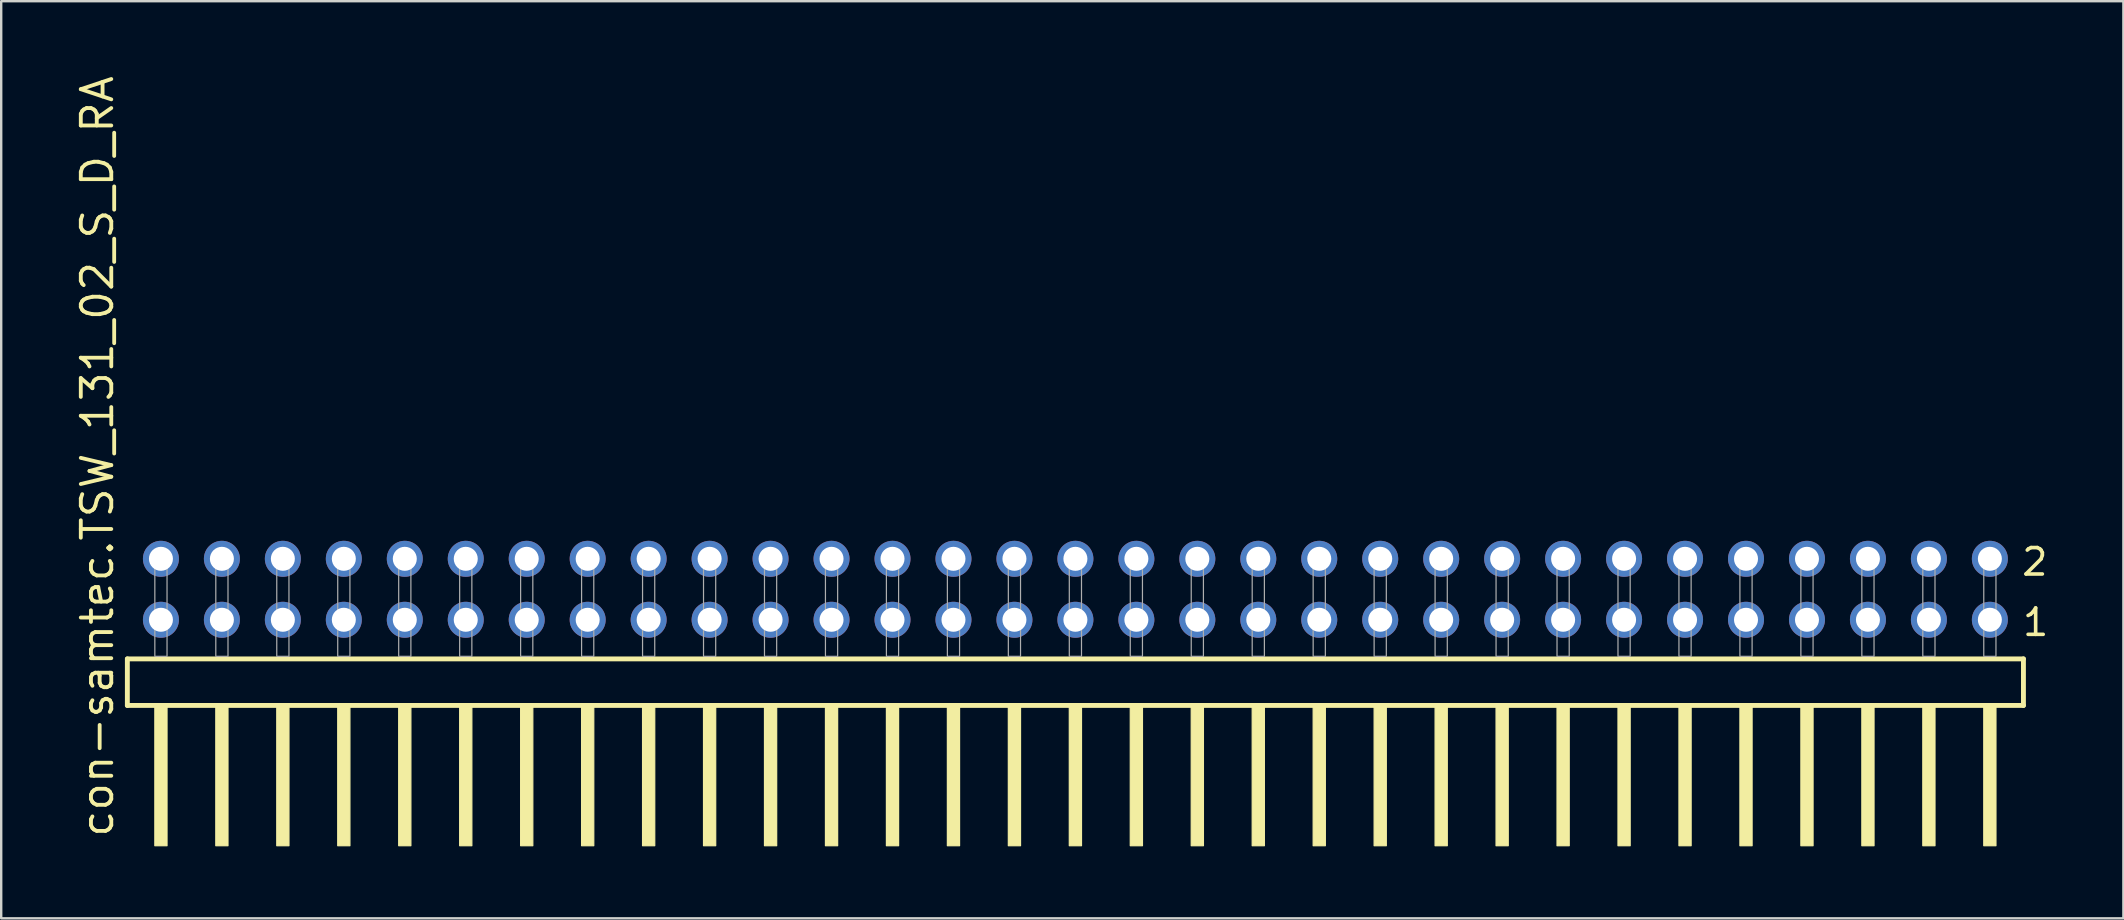
<source format=kicad_pcb>
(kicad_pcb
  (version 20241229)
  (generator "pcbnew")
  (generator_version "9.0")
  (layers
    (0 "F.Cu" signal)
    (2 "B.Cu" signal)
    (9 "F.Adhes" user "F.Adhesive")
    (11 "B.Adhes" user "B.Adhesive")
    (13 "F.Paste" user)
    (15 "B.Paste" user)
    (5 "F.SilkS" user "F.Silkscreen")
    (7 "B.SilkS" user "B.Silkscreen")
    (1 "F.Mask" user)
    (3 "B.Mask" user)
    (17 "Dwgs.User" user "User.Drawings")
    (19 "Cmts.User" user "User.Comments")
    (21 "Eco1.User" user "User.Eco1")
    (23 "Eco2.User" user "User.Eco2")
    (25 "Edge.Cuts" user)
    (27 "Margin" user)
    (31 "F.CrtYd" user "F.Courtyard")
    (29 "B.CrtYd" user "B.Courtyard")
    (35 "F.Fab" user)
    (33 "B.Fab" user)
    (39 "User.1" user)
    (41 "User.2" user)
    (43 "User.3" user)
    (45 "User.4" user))
  (footprint "con-samtec.TSW_131_02_S_D_RA"
    (layer "F.Cu")
    (at 41.755 24.296)
    (property "Reference" "con-samtec.TSW_131_02_S_D_RA" (at -40.005 7.62 90) (layer "F.SilkS") (effects (font (size 1.27 1.27) (thickness 0.16)) (justify left bottom)))
    (attr through_hole)
    (fp_line (start -39.499 0.106) (end -39.499 2.046) (stroke (width 0.203) (type default)) (layer "F.SilkS"))
    (fp_line (start -39.499 2.046) (end 39.499 2.046) (stroke (width 0.203) (type default)) (layer "F.SilkS"))
    (fp_line (start 39.499 0.106) (end -39.499 0.106) (stroke (width 0.203) (type default)) (layer "F.SilkS"))
    (fp_line (start 39.499 2.046) (end 39.499 0.106) (stroke (width 0.203) (type default)) (layer "F.SilkS"))
    (fp_rect (start -38.354 7.89) (end -37.846 2.04) (stroke (width 0.05) (type default)) (fill yes) (layer "F.SilkS"))
    (fp_rect (start -35.814 7.89) (end -35.306 2.04) (stroke (width 0.05) (type default)) (fill yes) (layer "F.SilkS"))
    (fp_rect (start -33.274 7.89) (end -32.766 2.04) (stroke (width 0.05) (type default)) (fill yes) (layer "F.SilkS"))
    (fp_rect (start -30.734 7.89) (end -30.226 2.04) (stroke (width 0.05) (type default)) (fill yes) (layer "F.SilkS"))
    (fp_rect (start -28.194 7.89) (end -27.686 2.04) (stroke (width 0.05) (type default)) (fill yes) (layer "F.SilkS"))
    (fp_rect (start -25.654 7.89) (end -25.146 2.04) (stroke (width 0.05) (type default)) (fill yes) (layer "F.SilkS"))
    (fp_rect (start -23.114 7.89) (end -22.606 2.04) (stroke (width 0.05) (type default)) (fill yes) (layer "F.SilkS"))
    (fp_rect (start -20.574 7.89) (end -20.066 2.04) (stroke (width 0.05) (type default)) (fill yes) (layer "F.SilkS"))
    (fp_rect (start -18.034 7.89) (end -17.526 2.04) (stroke (width 0.05) (type default)) (fill yes) (layer "F.SilkS"))
    (fp_rect (start -15.494 7.89) (end -14.986 2.04) (stroke (width 0.05) (type default)) (fill yes) (layer "F.SilkS"))
    (fp_rect (start -12.954 7.89) (end -12.446 2.04) (stroke (width 0.05) (type default)) (fill yes) (layer "F.SilkS"))
    (fp_rect (start -10.414 7.89) (end -9.906 2.04) (stroke (width 0.05) (type default)) (fill yes) (layer "F.SilkS"))
    (fp_rect (start -7.874 7.89) (end -7.366 2.04) (stroke (width 0.05) (type default)) (fill yes) (layer "F.SilkS"))
    (fp_rect (start -5.334 7.89) (end -4.826 2.04) (stroke (width 0.05) (type default)) (fill yes) (layer "F.SilkS"))
    (fp_rect (start -2.794 7.89) (end -2.286 2.04) (stroke (width 0.05) (type default)) (fill yes) (layer "F.SilkS"))
    (fp_rect (start -0.254 7.89) (end 0.254 2.04) (stroke (width 0.05) (type default)) (fill yes) (layer "F.SilkS"))
    (fp_rect (start 2.286 7.89) (end 2.794 2.04) (stroke (width 0.05) (type default)) (fill yes) (layer "F.SilkS"))
    (fp_rect (start 4.826 7.89) (end 5.334 2.04) (stroke (width 0.05) (type default)) (fill yes) (layer "F.SilkS"))
    (fp_rect (start 7.366 7.89) (end 7.874 2.04) (stroke (width 0.05) (type default)) (fill yes) (layer "F.SilkS"))
    (fp_rect (start 9.906 7.89) (end 10.414 2.04) (stroke (width 0.05) (type default)) (fill yes) (layer "F.SilkS"))
    (fp_rect (start 12.446 7.89) (end 12.954 2.04) (stroke (width 0.05) (type default)) (fill yes) (layer "F.SilkS"))
    (fp_rect (start 14.986 7.89) (end 15.494 2.04) (stroke (width 0.05) (type default)) (fill yes) (layer "F.SilkS"))
    (fp_rect (start 17.526 7.89) (end 18.034 2.04) (stroke (width 0.05) (type default)) (fill yes) (layer "F.SilkS"))
    (fp_rect (start 20.066 7.89) (end 20.574 2.04) (stroke (width 0.05) (type default)) (fill yes) (layer "F.SilkS"))
    (fp_rect (start 22.606 7.89) (end 23.114 2.04) (stroke (width 0.05) (type default)) (fill yes) (layer "F.SilkS"))
    (fp_rect (start 25.146 7.89) (end 25.654 2.04) (stroke (width 0.05) (type default)) (fill yes) (layer "F.SilkS"))
    (fp_rect (start 27.686 7.89) (end 28.194 2.04) (stroke (width 0.05) (type default)) (fill yes) (layer "F.SilkS"))
    (fp_rect (start 30.226 7.89) (end 30.734 2.04) (stroke (width 0.05) (type default)) (fill yes) (layer "F.SilkS"))
    (fp_rect (start 32.766 7.89) (end 33.274 2.04) (stroke (width 0.05) (type default)) (fill yes) (layer "F.SilkS"))
    (fp_rect (start 35.306 7.89) (end 35.814 2.04) (stroke (width 0.05) (type default)) (fill yes) (layer "F.SilkS"))
    (fp_rect (start 37.846 7.89) (end 38.354 2.04) (stroke (width 0.05) (type default)) (fill yes) (layer "F.SilkS"))
    (fp_rect (start -38.354 0) (end -37.846 -4.318) (stroke (width 0.05) (type default)) (fill no) (layer "F.Fab"))
    (fp_rect (start -35.814 0) (end -35.306 -4.318) (stroke (width 0.05) (type default)) (fill no) (layer "F.Fab"))
    (fp_rect (start -33.274 0) (end -32.766 -4.318) (stroke (width 0.05) (type default)) (fill no) (layer "F.Fab"))
    (fp_rect (start -30.734 0) (end -30.226 -4.318) (stroke (width 0.05) (type default)) (fill no) (layer "F.Fab"))
    (fp_rect (start -28.194 0) (end -27.686 -4.318) (stroke (width 0.05) (type default)) (fill no) (layer "F.Fab"))
    (fp_rect (start -25.654 0) (end -25.146 -4.318) (stroke (width 0.05) (type default)) (fill no) (layer "F.Fab"))
    (fp_rect (start -23.114 0) (end -22.606 -4.318) (stroke (width 0.05) (type default)) (fill no) (layer "F.Fab"))
    (fp_rect (start -20.574 0) (end -20.066 -4.318) (stroke (width 0.05) (type default)) (fill no) (layer "F.Fab"))
    (fp_rect (start -18.034 0) (end -17.526 -4.318) (stroke (width 0.05) (type default)) (fill no) (layer "F.Fab"))
    (fp_rect (start -15.494 0) (end -14.986 -4.318) (stroke (width 0.05) (type default)) (fill no) (layer "F.Fab"))
    (fp_rect (start -12.954 0) (end -12.446 -4.318) (stroke (width 0.05) (type default)) (fill no) (layer "F.Fab"))
    (fp_rect (start -10.414 0) (end -9.906 -4.318) (stroke (width 0.05) (type default)) (fill no) (layer "F.Fab"))
    (fp_rect (start -7.874 0) (end -7.366 -4.318) (stroke (width 0.05) (type default)) (fill no) (layer "F.Fab"))
    (fp_rect (start -5.334 0) (end -4.826 -4.318) (stroke (width 0.05) (type default)) (fill no) (layer "F.Fab"))
    (fp_rect (start -2.794 0) (end -2.286 -4.318) (stroke (width 0.05) (type default)) (fill no) (layer "F.Fab"))
    (fp_rect (start -0.254 0) (end 0.254 -4.318) (stroke (width 0.05) (type default)) (fill no) (layer "F.Fab"))
    (fp_rect (start 2.286 0) (end 2.794 -4.318) (stroke (width 0.05) (type default)) (fill no) (layer "F.Fab"))
    (fp_rect (start 4.826 0) (end 5.334 -4.318) (stroke (width 0.05) (type default)) (fill no) (layer "F.Fab"))
    (fp_rect (start 7.366 0) (end 7.874 -4.318) (stroke (width 0.05) (type default)) (fill no) (layer "F.Fab"))
    (fp_rect (start 9.906 0) (end 10.414 -4.318) (stroke (width 0.05) (type default)) (fill no) (layer "F.Fab"))
    (fp_rect (start 12.446 0) (end 12.954 -4.318) (stroke (width 0.05) (type default)) (fill no) (layer "F.Fab"))
    (fp_rect (start 14.986 0) (end 15.494 -4.318) (stroke (width 0.05) (type default)) (fill no) (layer "F.Fab"))
    (fp_rect (start 17.526 0) (end 18.034 -4.318) (stroke (width 0.05) (type default)) (fill no) (layer "F.Fab"))
    (fp_rect (start 20.066 0) (end 20.574 -4.318) (stroke (width 0.05) (type default)) (fill no) (layer "F.Fab"))
    (fp_rect (start 22.606 0) (end 23.114 -4.318) (stroke (width 0.05) (type default)) (fill no) (layer "F.Fab"))
    (fp_rect (start 25.146 0) (end 25.654 -4.318) (stroke (width 0.05) (type default)) (fill no) (layer "F.Fab"))
    (fp_rect (start 27.686 0) (end 28.194 -4.318) (stroke (width 0.05) (type default)) (fill no) (layer "F.Fab"))
    (fp_rect (start 30.226 0) (end 30.734 -4.318) (stroke (width 0.05) (type default)) (fill no) (layer "F.Fab"))
    (fp_rect (start 32.766 0) (end 33.274 -4.318) (stroke (width 0.05) (type default)) (fill no) (layer "F.Fab"))
    (fp_rect (start 35.306 0) (end 35.814 -4.318) (stroke (width 0.05) (type default)) (fill no) (layer "F.Fab"))
    (fp_rect (start 37.846 0) (end 38.354 -4.318) (stroke (width 0.05) (type default)) (fill no) (layer "F.Fab"))
    (fp_text user "2" (at 39.35 -3.29 0) (layer "F.SilkS") (effects (font (size 1.1 1.1) (thickness 0.15)) (justify left bottom)))
    (fp_text user "1" (at 39.385 -0.775 0) (layer "F.SilkS") (effects (font (size 1.1 1.1) (thickness 0.15)) (justify left bottom)))
    (pad "1" thru_hole circle (at 38.1 -1.524 180) (size 1.5 1.5) (drill 1) (layers "*.Cu" "*.Mask"))
    (pad "2" thru_hole circle (at 38.1 -4.064 180) (size 1.5 1.5) (drill 1) (layers "*.Cu" "*.Mask"))
    (pad "3" thru_hole circle (at 35.56 -1.524 180) (size 1.5 1.5) (drill 1) (layers "*.Cu" "*.Mask"))
    (pad "4" thru_hole circle (at 35.56 -4.064 180) (size 1.5 1.5) (drill 1) (layers "*.Cu" "*.Mask"))
    (pad "5" thru_hole circle (at 33.02 -1.524 180) (size 1.5 1.5) (drill 1) (layers "*.Cu" "*.Mask"))
    (pad "6" thru_hole circle (at 33.02 -4.064 180) (size 1.5 1.5) (drill 1) (layers "*.Cu" "*.Mask"))
    (pad "7" thru_hole circle (at 30.48 -1.524 180) (size 1.5 1.5) (drill 1) (layers "*.Cu" "*.Mask"))
    (pad "8" thru_hole circle (at 30.48 -4.064 180) (size 1.5 1.5) (drill 1) (layers "*.Cu" "*.Mask"))
    (pad "9" thru_hole circle (at 27.94 -1.524 180) (size 1.5 1.5) (drill 1) (layers "*.Cu" "*.Mask"))
    (pad "10" thru_hole circle (at 27.94 -4.064 180) (size 1.5 1.5) (drill 1) (layers "*.Cu" "*.Mask"))
    (pad "11" thru_hole circle (at 25.4 -1.524 180) (size 1.5 1.5) (drill 1) (layers "*.Cu" "*.Mask"))
    (pad "12" thru_hole circle (at 25.4 -4.064 180) (size 1.5 1.5) (drill 1) (layers "*.Cu" "*.Mask"))
    (pad "13" thru_hole circle (at 22.86 -1.524 180) (size 1.5 1.5) (drill 1) (layers "*.Cu" "*.Mask"))
    (pad "14" thru_hole circle (at 22.86 -4.064 180) (size 1.5 1.5) (drill 1) (layers "*.Cu" "*.Mask"))
    (pad "15" thru_hole circle (at 20.32 -1.524 180) (size 1.5 1.5) (drill 1) (layers "*.Cu" "*.Mask"))
    (pad "16" thru_hole circle (at 20.32 -4.064 180) (size 1.5 1.5) (drill 1) (layers "*.Cu" "*.Mask"))
    (pad "17" thru_hole circle (at 17.78 -1.524 180) (size 1.5 1.5) (drill 1) (layers "*.Cu" "*.Mask"))
    (pad "18" thru_hole circle (at 17.78 -4.064 180) (size 1.5 1.5) (drill 1) (layers "*.Cu" "*.Mask"))
    (pad "19" thru_hole circle (at 15.24 -1.524 180) (size 1.5 1.5) (drill 1) (layers "*.Cu" "*.Mask"))
    (pad "20" thru_hole circle (at 15.24 -4.064 180) (size 1.5 1.5) (drill 1) (layers "*.Cu" "*.Mask"))
    (pad "21" thru_hole circle (at 12.7 -1.524 180) (size 1.5 1.5) (drill 1) (layers "*.Cu" "*.Mask"))
    (pad "22" thru_hole circle (at 12.7 -4.064 180) (size 1.5 1.5) (drill 1) (layers "*.Cu" "*.Mask"))
    (pad "23" thru_hole circle (at 10.16 -1.524 180) (size 1.5 1.5) (drill 1) (layers "*.Cu" "*.Mask"))
    (pad "24" thru_hole circle (at 10.16 -4.064 180) (size 1.5 1.5) (drill 1) (layers "*.Cu" "*.Mask"))
    (pad "25" thru_hole circle (at 7.62 -1.524 180) (size 1.5 1.5) (drill 1) (layers "*.Cu" "*.Mask"))
    (pad "26" thru_hole circle (at 7.62 -4.064 180) (size 1.5 1.5) (drill 1) (layers "*.Cu" "*.Mask"))
    (pad "27" thru_hole circle (at 5.08 -1.524 180) (size 1.5 1.5) (drill 1) (layers "*.Cu" "*.Mask"))
    (pad "28" thru_hole circle (at 5.08 -4.064 180) (size 1.5 1.5) (drill 1) (layers "*.Cu" "*.Mask"))
    (pad "29" thru_hole circle (at 2.54 -1.524 180) (size 1.5 1.5) (drill 1) (layers "*.Cu" "*.Mask"))
    (pad "30" thru_hole circle (at 2.54 -4.064 180) (size 1.5 1.5) (drill 1) (layers "*.Cu" "*.Mask"))
    (pad "31" thru_hole circle (at 0 -1.524 180) (size 1.5 1.5) (drill 1) (layers "*.Cu" "*.Mask"))
    (pad "32" thru_hole circle (at 0 -4.064 180) (size 1.5 1.5) (drill 1) (layers "*.Cu" "*.Mask"))
    (pad "33" thru_hole circle (at -2.54 -1.524 180) (size 1.5 1.5) (drill 1) (layers "*.Cu" "*.Mask"))
    (pad "34" thru_hole circle (at -2.54 -4.064 180) (size 1.5 1.5) (drill 1) (layers "*.Cu" "*.Mask"))
    (pad "35" thru_hole circle (at -5.08 -1.524 180) (size 1.5 1.5) (drill 1) (layers "*.Cu" "*.Mask"))
    (pad "36" thru_hole circle (at -5.08 -4.064 180) (size 1.5 1.5) (drill 1) (layers "*.Cu" "*.Mask"))
    (pad "37" thru_hole circle (at -7.62 -1.524 180) (size 1.5 1.5) (drill 1) (layers "*.Cu" "*.Mask"))
    (pad "38" thru_hole circle (at -7.62 -4.064 180) (size 1.5 1.5) (drill 1) (layers "*.Cu" "*.Mask"))
    (pad "39" thru_hole circle (at -10.16 -1.524 180) (size 1.5 1.5) (drill 1) (layers "*.Cu" "*.Mask"))
    (pad "40" thru_hole circle (at -10.16 -4.064 180) (size 1.5 1.5) (drill 1) (layers "*.Cu" "*.Mask"))
    (pad "41" thru_hole circle (at -12.7 -1.524 180) (size 1.5 1.5) (drill 1) (layers "*.Cu" "*.Mask"))
    (pad "42" thru_hole circle (at -12.7 -4.064 180) (size 1.5 1.5) (drill 1) (layers "*.Cu" "*.Mask"))
    (pad "43" thru_hole circle (at -15.24 -1.524 180) (size 1.5 1.5) (drill 1) (layers "*.Cu" "*.Mask"))
    (pad "44" thru_hole circle (at -15.24 -4.064 180) (size 1.5 1.5) (drill 1) (layers "*.Cu" "*.Mask"))
    (pad "45" thru_hole circle (at -17.78 -1.524 180) (size 1.5 1.5) (drill 1) (layers "*.Cu" "*.Mask"))
    (pad "46" thru_hole circle (at -17.78 -4.064 180) (size 1.5 1.5) (drill 1) (layers "*.Cu" "*.Mask"))
    (pad "47" thru_hole circle (at -20.32 -1.524 180) (size 1.5 1.5) (drill 1) (layers "*.Cu" "*.Mask"))
    (pad "48" thru_hole circle (at -20.32 -4.064 180) (size 1.5 1.5) (drill 1) (layers "*.Cu" "*.Mask"))
    (pad "49" thru_hole circle (at -22.86 -1.524 180) (size 1.5 1.5) (drill 1) (layers "*.Cu" "*.Mask"))
    (pad "50" thru_hole circle (at -22.86 -4.064 180) (size 1.5 1.5) (drill 1) (layers "*.Cu" "*.Mask"))
    (pad "51" thru_hole circle (at -25.4 -1.524 180) (size 1.5 1.5) (drill 1) (layers "*.Cu" "*.Mask"))
    (pad "52" thru_hole circle (at -25.4 -4.064 180) (size 1.5 1.5) (drill 1) (layers "*.Cu" "*.Mask"))
    (pad "53" thru_hole circle (at -27.94 -1.524 180) (size 1.5 1.5) (drill 1) (layers "*.Cu" "*.Mask"))
    (pad "54" thru_hole circle (at -27.94 -4.064 180) (size 1.5 1.5) (drill 1) (layers "*.Cu" "*.Mask"))
    (pad "55" thru_hole circle (at -30.48 -1.524 180) (size 1.5 1.5) (drill 1) (layers "*.Cu" "*.Mask"))
    (pad "56" thru_hole circle (at -30.48 -4.064 180) (size 1.5 1.5) (drill 1) (layers "*.Cu" "*.Mask"))
    (pad "57" thru_hole circle (at -33.02 -1.524 180) (size 1.5 1.5) (drill 1) (layers "*.Cu" "*.Mask"))
    (pad "58" thru_hole circle (at -33.02 -4.064 180) (size 1.5 1.5) (drill 1) (layers "*.Cu" "*.Mask"))
    (pad "59" thru_hole circle (at -35.56 -1.524 180) (size 1.5 1.5) (drill 1) (layers "*.Cu" "*.Mask"))
    (pad "60" thru_hole circle (at -35.56 -4.064 180) (size 1.5 1.5) (drill 1) (layers "*.Cu" "*.Mask"))
    (pad "61" thru_hole circle (at -38.1 -1.524 180) (size 1.5 1.5) (drill 1) (layers "*.Cu" "*.Mask"))
    (pad "62" thru_hole circle (at -38.1 -4.064 180) (size 1.5 1.5) (drill 1) (layers "*.Cu" "*.Mask")))
  (gr_rect
    (start -3 -3)
    (end 85.418 35.211)
    (stroke (width 0.1) (type default))
    (fill no)
    (layer "Edge.Cuts")))
</source>
